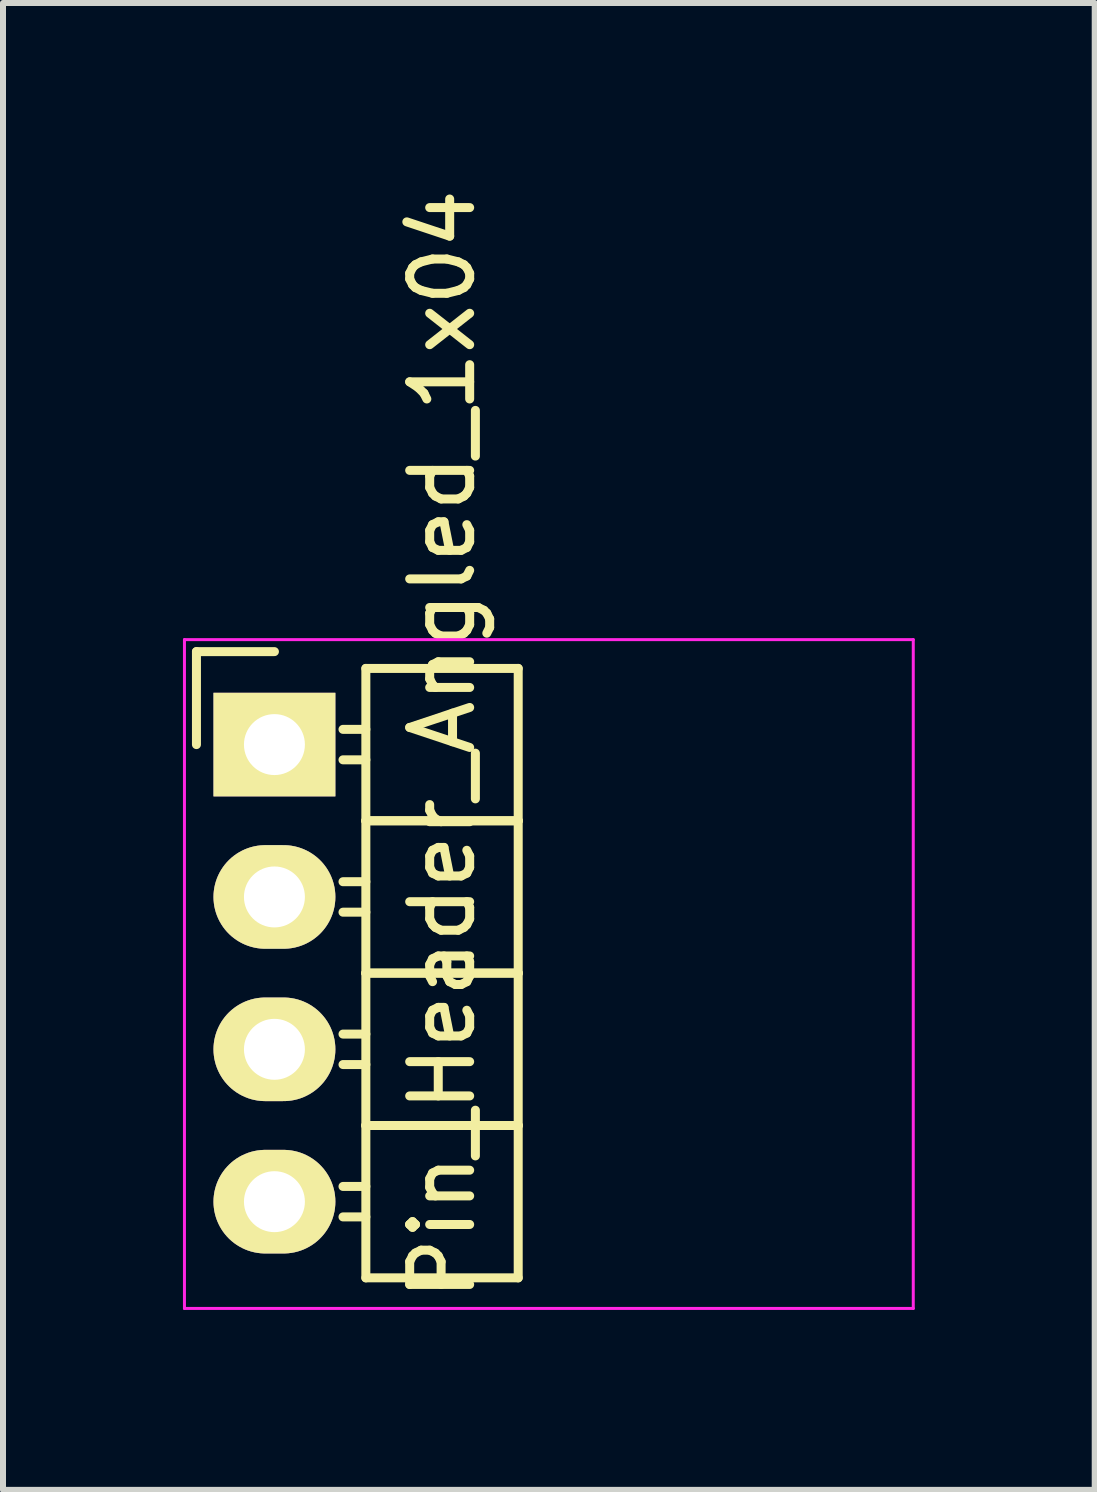
<source format=kicad_pcb>
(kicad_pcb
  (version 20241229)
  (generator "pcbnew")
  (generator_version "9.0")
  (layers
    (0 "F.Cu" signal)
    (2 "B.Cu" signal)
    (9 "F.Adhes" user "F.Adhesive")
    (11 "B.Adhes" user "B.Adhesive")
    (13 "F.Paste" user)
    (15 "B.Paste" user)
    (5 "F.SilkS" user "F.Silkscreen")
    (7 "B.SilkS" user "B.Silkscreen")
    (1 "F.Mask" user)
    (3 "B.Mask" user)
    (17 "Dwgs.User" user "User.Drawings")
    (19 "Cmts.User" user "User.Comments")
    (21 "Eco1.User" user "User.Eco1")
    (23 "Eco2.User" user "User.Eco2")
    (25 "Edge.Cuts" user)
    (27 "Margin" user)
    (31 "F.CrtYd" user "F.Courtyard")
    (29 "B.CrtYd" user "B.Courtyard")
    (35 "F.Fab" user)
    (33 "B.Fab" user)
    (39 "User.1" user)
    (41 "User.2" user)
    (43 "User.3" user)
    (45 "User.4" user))
  (footprint "Pin_Header_Angled_1x04"
    (layer "F.Cu")
    (at 1.525 9.363)
    (property "Reference" "Pin_Header_Angled_1x04" (at 2.8 0 270) (layer "F.SilkS") (effects (font (size 1 1) (thickness 0.15))))
    (attr through_hole)
    (fp_line (start -1.3 -1.55) (end -1.3 0) (stroke (width 0.15) (type solid)) (layer "F.SilkS"))
    (fp_line (start 0 -1.55) (end -1.3 -1.55) (stroke (width 0.15) (type solid)) (layer "F.SilkS"))
    (fp_line (start 1.524 -1.27) (end 1.524 1.27) (stroke (width 0.15) (type solid)) (layer "F.SilkS"))
    (fp_line (start 1.524 -1.27) (end 4.064 -1.27) (stroke (width 0.15) (type solid)) (layer "F.SilkS"))
    (fp_line (start 1.524 -0.254) (end 1.143 -0.254) (stroke (width 0.15) (type solid)) (layer "F.SilkS"))
    (fp_line (start 1.524 0.254) (end 1.143 0.254) (stroke (width 0.15) (type solid)) (layer "F.SilkS"))
    (fp_line (start 1.524 1.27) (end 1.524 3.81) (stroke (width 0.15) (type solid)) (layer "F.SilkS"))
    (fp_line (start 1.524 1.27) (end 4.064 1.27) (stroke (width 0.15) (type solid)) (layer "F.SilkS"))
    (fp_line (start 1.524 1.27) (end 4.064 1.27) (stroke (width 0.15) (type solid)) (layer "F.SilkS"))
    (fp_line (start 1.524 2.286) (end 1.143 2.286) (stroke (width 0.15) (type solid)) (layer "F.SilkS"))
    (fp_line (start 1.524 2.794) (end 1.143 2.794) (stroke (width 0.15) (type solid)) (layer "F.SilkS"))
    (fp_line (start 1.524 3.81) (end 1.524 6.35) (stroke (width 0.15) (type solid)) (layer "F.SilkS"))
    (fp_line (start 1.524 3.81) (end 4.064 3.81) (stroke (width 0.15) (type solid)) (layer "F.SilkS"))
    (fp_line (start 1.524 3.81) (end 4.064 3.81) (stroke (width 0.15) (type solid)) (layer "F.SilkS"))
    (fp_line (start 1.524 4.826) (end 1.143 4.826) (stroke (width 0.15) (type solid)) (layer "F.SilkS"))
    (fp_line (start 1.524 5.334) (end 1.143 5.334) (stroke (width 0.15) (type solid)) (layer "F.SilkS"))
    (fp_line (start 1.524 6.35) (end 1.524 8.89) (stroke (width 0.15) (type solid)) (layer "F.SilkS"))
    (fp_line (start 1.524 6.35) (end 4.064 6.35) (stroke (width 0.15) (type solid)) (layer "F.SilkS"))
    (fp_line (start 1.524 6.35) (end 4.064 6.35) (stroke (width 0.15) (type solid)) (layer "F.SilkS"))
    (fp_line (start 1.524 7.366) (end 1.143 7.366) (stroke (width 0.15) (type solid)) (layer "F.SilkS"))
    (fp_line (start 1.524 7.874) (end 1.143 7.874) (stroke (width 0.15) (type solid)) (layer "F.SilkS"))
    (fp_line (start 1.524 8.89) (end 4.064 8.89) (stroke (width 0.15) (type solid)) (layer "F.SilkS"))
    (fp_line (start 4.064 1.27) (end 4.064 -1.27) (stroke (width 0.15) (type solid)) (layer "F.SilkS"))
    (fp_line (start 4.064 3.81) (end 4.064 1.27) (stroke (width 0.15) (type solid)) (layer "F.SilkS"))
    (fp_line (start 4.064 6.35) (end 4.064 3.81) (stroke (width 0.15) (type solid)) (layer "F.SilkS"))
    (fp_line (start 4.064 8.89) (end 4.064 6.35) (stroke (width 0.15) (type solid)) (layer "F.SilkS"))
    (fp_line (start -1.5 -1.75) (end -1.5 9.4) (stroke (width 0.05) (type solid)) (layer "F.CrtYd"))
    (fp_line (start -1.5 -1.75) (end 10.65 -1.75) (stroke (width 0.05) (type solid)) (layer "F.CrtYd"))
    (fp_line (start -1.5 9.4) (end 10.65 9.4) (stroke (width 0.05) (type solid)) (layer "F.CrtYd"))
    (fp_line (start 10.65 -1.75) (end 10.65 9.4) (stroke (width 0.05) (type solid)) (layer "F.CrtYd"))
    (pad "1" thru_hole rect (at 0 0) (size 2.032 1.727) (drill 1.016) (layers "*.Cu" "*.Mask" "F.SilkS"))
    (pad "2" thru_hole oval (at 0 2.54) (size 2.032 1.727) (drill 1.016) (layers "*.Cu" "*.Mask" "F.SilkS"))
    (pad "3" thru_hole oval (at 0 5.08) (size 2.032 1.727) (drill 1.016) (layers "*.Cu" "*.Mask" "F.SilkS"))
    (pad "4" thru_hole oval (at 0 7.62) (size 2.032 1.727) (drill 1.016) (layers "*.Cu" "*.Mask" "F.SilkS")))
  (gr_rect
    (start -3 -3)
    (end 15.2 21.788)
    (stroke (width 0.1) (type default))
    (fill no)
    (layer "Edge.Cuts")))
</source>
